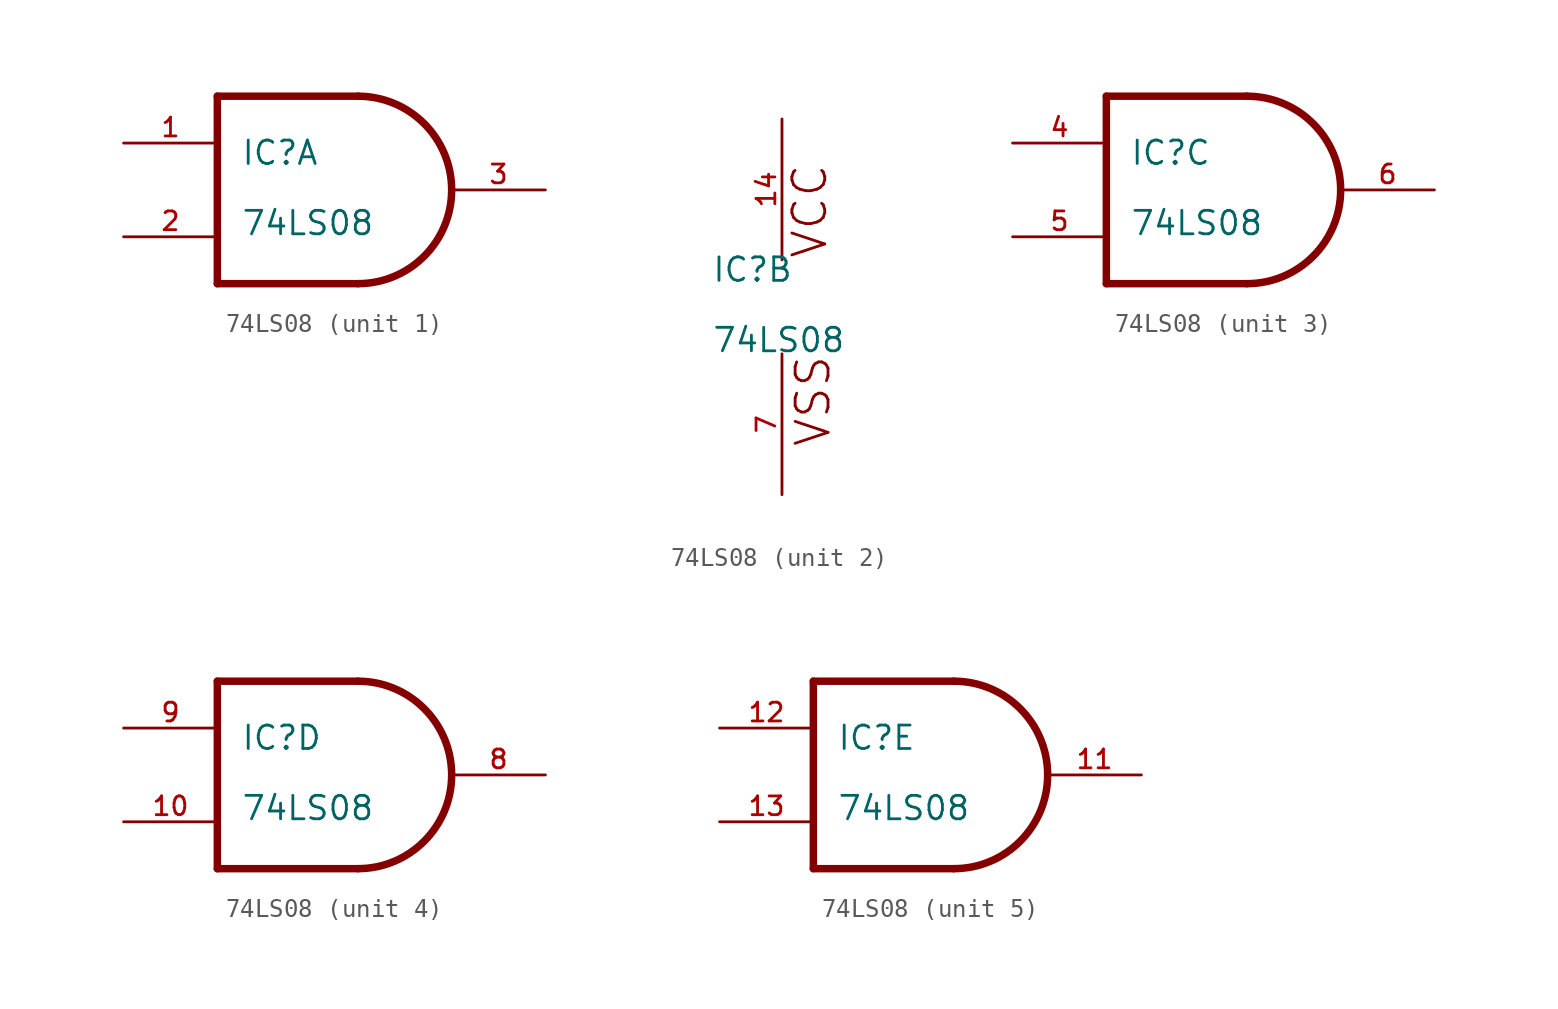
<source format=kicad_sym>
(kicad_symbol_lib
  (version 20211014)
  (generator kicad_symbol_editor)
  (symbol "74LS08"
    (pin_names
      (offset 1.016))
    (property "Reference" "IC"
      (at -3.81 1.27 0)
      (effects (font (size 1.27 1.27)) (justify bottom left)))
    (property "Value" "74LS08"
      (at -3.81 -2.54 0)
      (effects (font (size 1.27 1.27)) (justify bottom left)))
    (symbol "74LS08_1_0"
      (arc (start 2.54 -5.08) (mid 7.62 0.0) (end 2.54 5.08) (stroke (width 0.4064) (type default) (color 0 0 0 0)) (fill (type none)))
      (polyline (pts (xy -5.08 5.08) (xy 2.54 5.08)) (stroke (width 0.406)))
      (polyline (pts (xy -5.08 5.08) (xy -5.08 -5.08)) (stroke (width 0.406)))
      (polyline (pts (xy -5.08 -5.08) (xy 2.54 -5.08)) (stroke (width 0.406)))
      (pin input line (at -10.16 2.54 0) (length 5.08) (name "~" (effects (font (size 1.016 1.016)))) (number "1" (effects (font (size 1.016 1.016)))))
      (pin input line (at -10.16 -2.54 0) (length 5.08) (name "~" (effects (font (size 1.016 1.016)))) (number "2" (effects (font (size 1.016 1.016)))))
      (pin output line (at 12.7 0.0 180.0) (length 5.08) (name "~" (effects (font (size 1.016 1.016)))) (number "3" (effects (font (size 1.016 1.016))))))
    (symbol "74LS08_2_0"
      (text "VCC" (at 2.54 2.54 900) (effects (font (size 1.778 1.778)) (justify bottom left)))
      (text "VSS" (at 0.635 -2.54 900) (effects (font (size 1.778 1.778)) (justify top right)))
      (pin power_in line (at 0.0 10.16 270.0) (length 7.62) (name "~" (effects (font (size 1.016 1.016)))) (number "14" (effects (font (size 1.016 1.016)))))
      (pin power_in line (at 0.0 -10.16 90.0) (length 7.62) (name "~" (effects (font (size 1.016 1.016)))) (number "7" (effects (font (size 1.016 1.016))))))
    (symbol "74LS08_3_0"
      (arc (start 2.54 -5.08) (mid 7.62 0.0) (end 2.54 5.08) (stroke (width 0.4064) (type default) (color 0 0 0 0)) (fill (type none)))
      (polyline (pts (xy -5.08 5.08) (xy 2.54 5.08)) (stroke (width 0.406)))
      (polyline (pts (xy -5.08 5.08) (xy -5.08 -5.08)) (stroke (width 0.406)))
      (polyline (pts (xy -5.08 -5.08) (xy 2.54 -5.08)) (stroke (width 0.406)))
      (pin input line (at -10.16 2.54 0) (length 5.08) (name "~" (effects (font (size 1.016 1.016)))) (number "4" (effects (font (size 1.016 1.016)))))
      (pin input line (at -10.16 -2.54 0) (length 5.08) (name "~" (effects (font (size 1.016 1.016)))) (number "5" (effects (font (size 1.016 1.016)))))
      (pin output line (at 12.7 0.0 180.0) (length 5.08) (name "~" (effects (font (size 1.016 1.016)))) (number "6" (effects (font (size 1.016 1.016))))))
    (symbol "74LS08_4_0"
      (arc (start 2.54 -5.08) (mid 7.62 0.0) (end 2.54 5.08) (stroke (width 0.4064) (type default) (color 0 0 0 0)) (fill (type none)))
      (polyline (pts (xy -5.08 5.08) (xy 2.54 5.08)) (stroke (width 0.406)))
      (polyline (pts (xy -5.08 5.08) (xy -5.08 -5.08)) (stroke (width 0.406)))
      (polyline (pts (xy -5.08 -5.08) (xy 2.54 -5.08)) (stroke (width 0.406)))
      (pin input line (at -10.16 2.54 0) (length 5.08) (name "~" (effects (font (size 1.016 1.016)))) (number "9" (effects (font (size 1.016 1.016)))))
      (pin input line (at -10.16 -2.54 0) (length 5.08) (name "~" (effects (font (size 1.016 1.016)))) (number "10" (effects (font (size 1.016 1.016)))))
      (pin output line (at 12.7 0.0 180.0) (length 5.08) (name "~" (effects (font (size 1.016 1.016)))) (number "8" (effects (font (size 1.016 1.016))))))
    (symbol "74LS08_5_0"
      (arc (start 2.54 -5.08) (mid 7.62 0.0) (end 2.54 5.08) (stroke (width 0.4064) (type default) (color 0 0 0 0)) (fill (type none)))
      (polyline (pts (xy -5.08 5.08) (xy 2.54 5.08)) (stroke (width 0.406)))
      (polyline (pts (xy -5.08 5.08) (xy -5.08 -5.08)) (stroke (width 0.406)))
      (polyline (pts (xy -5.08 -5.08) (xy 2.54 -5.08)) (stroke (width 0.406)))
      (pin input line (at -10.16 2.54 0) (length 5.08) (name "~" (effects (font (size 1.016 1.016)))) (number "12" (effects (font (size 1.016 1.016)))))
      (pin input line (at -10.16 -2.54 0) (length 5.08) (name "~" (effects (font (size 1.016 1.016)))) (number "13" (effects (font (size 1.016 1.016)))))
      (pin output line (at 12.7 0.0 180.0) (length 5.08) (name "~" (effects (font (size 1.016 1.016)))) (number "11" (effects (font (size 1.016 1.016))))))))
</source>
